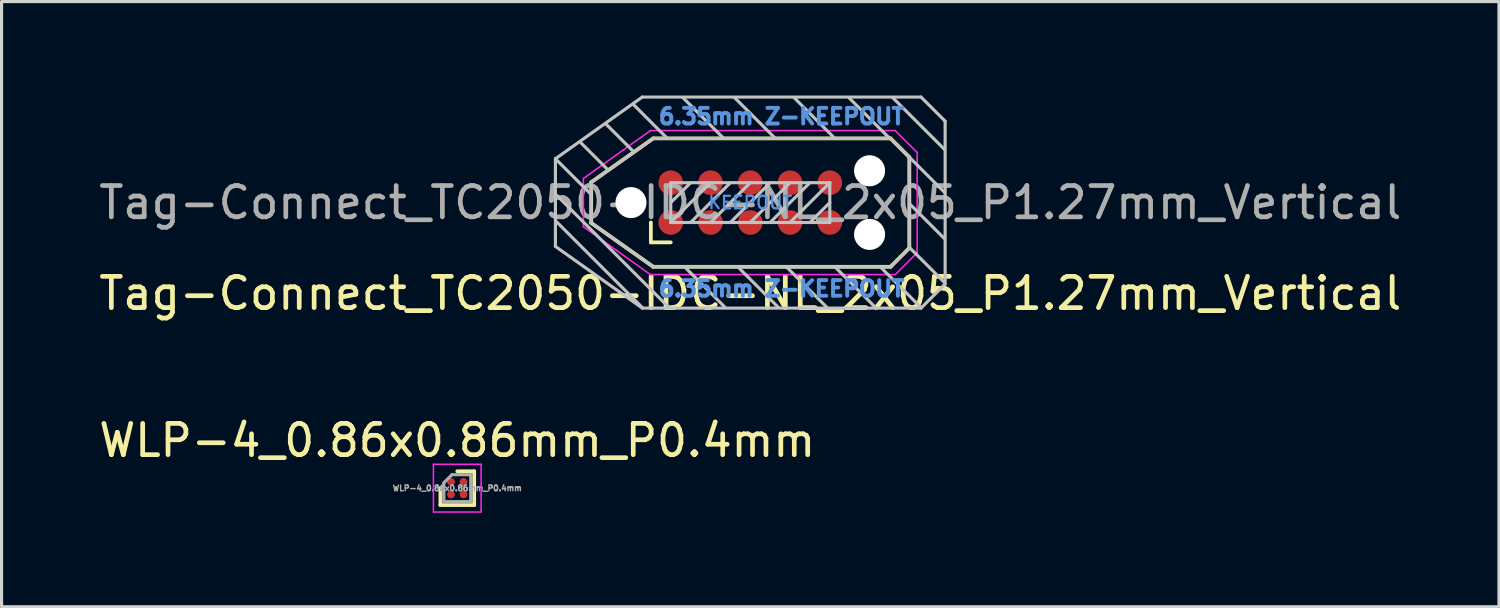
<source format=kicad_pcb>
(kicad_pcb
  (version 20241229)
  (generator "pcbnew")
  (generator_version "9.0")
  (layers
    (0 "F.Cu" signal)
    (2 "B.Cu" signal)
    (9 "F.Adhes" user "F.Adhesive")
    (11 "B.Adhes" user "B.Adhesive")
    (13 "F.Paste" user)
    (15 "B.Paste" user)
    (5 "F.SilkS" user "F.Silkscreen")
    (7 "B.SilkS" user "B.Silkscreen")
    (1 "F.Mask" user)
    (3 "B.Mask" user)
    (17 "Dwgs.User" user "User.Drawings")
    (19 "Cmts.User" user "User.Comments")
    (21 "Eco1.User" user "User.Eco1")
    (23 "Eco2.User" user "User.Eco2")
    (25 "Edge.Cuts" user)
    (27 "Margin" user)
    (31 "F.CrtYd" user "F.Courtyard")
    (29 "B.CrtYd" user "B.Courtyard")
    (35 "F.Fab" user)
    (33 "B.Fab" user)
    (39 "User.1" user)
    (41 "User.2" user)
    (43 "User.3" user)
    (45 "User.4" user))
  (footprint "Tag-Connect_TC2050-IDC-NL_2x05_P1.27mm_Vertical"
    (layer "F.Cu")
    (at 20.911 3.42)
    (property "Reference" "Tag-Connect_TC2050-IDC-NL_2x05_P1.27mm_Vertical" (at 0 2.9 0) (layer "F.SilkS") (effects (font (size 1 1) (thickness 0.15))))
    (attr exclude_from_pos_files exclude_from_bom)
    (fp_line (start -5.08 -0.65) (end -3.1 -2.05) (stroke (width 0.12) (type solid)) (layer "F.SilkS"))
    (fp_line (start -5.08 0.65) (end -5.08 -0.65) (stroke (width 0.12) (type solid)) (layer "F.SilkS"))
    (fp_line (start -3.175 1.27) (end -3.175 0.635) (stroke (width 0.12) (type solid)) (layer "F.SilkS"))
    (fp_line (start -3.1 -2.05) (end 4.48 -2.05) (stroke (width 0.12) (type solid)) (layer "F.SilkS"))
    (fp_line (start -3.1 2.05) (end -5.08 0.65) (stroke (width 0.12) (type solid)) (layer "F.SilkS"))
    (fp_line (start -2.54 1.27) (end -3.175 1.27) (stroke (width 0.12) (type solid)) (layer "F.SilkS"))
    (fp_line (start 4.48 -2.05) (end 5.08 -1.45) (stroke (width 0.12) (type solid)) (layer "F.SilkS"))
    (fp_line (start 4.48 2.05) (end -3.1 2.05) (stroke (width 0.12) (type solid)) (layer "F.SilkS"))
    (fp_line (start 4.48 2.05) (end 5.08 1.45) (stroke (width 0.12) (type solid)) (layer "F.SilkS"))
    (fp_line (start 5.08 -1.45) (end 5.08 1.45) (stroke (width 0.12) (type solid)) (layer "F.SilkS"))
    (fp_line (start -6.223 -1.4) (end -5.1 -0.277) (stroke (width 0.1) (type solid)) (layer "Dwgs.User"))
    (fp_line (start -6.223 -1.4) (end -3.45 -3.37) (stroke (width 0.1) (type solid)) (layer "Dwgs.User"))
    (fp_line (start -6.223 1.4) (end -6.223 -1.4) (stroke (width 0.1) (type solid)) (layer "Dwgs.User"))
    (fp_line (start -6.223 1.4) (end -3.45 3.37) (stroke (width 0.1) (type solid)) (layer "Dwgs.User"))
    (fp_line (start -6.2 -0.25) (end -2.6 3.35) (stroke (width 0.1) (type solid)) (layer "Dwgs.User"))
    (fp_line (start -6.2 0.6) (end -3.45 3.35) (stroke (width 0.1) (type solid)) (layer "Dwgs.User"))
    (fp_line (start -5.4 -1.9) (end -4.55 -1.05) (stroke (width 0.1) (type solid)) (layer "Dwgs.User"))
    (fp_line (start -5.08 -0.65) (end -3.1 -2.05) (stroke (width 0.1) (type solid)) (layer "Dwgs.User"))
    (fp_line (start -5.08 0.65) (end -5.08 -0.65) (stroke (width 0.1) (type solid)) (layer "Dwgs.User"))
    (fp_line (start -4.6 -2.5) (end -3.75 -1.65) (stroke (width 0.1) (type solid)) (layer "Dwgs.User"))
    (fp_line (start -3.75 -3.15) (end -2.65 -2.05) (stroke (width 0.1) (type solid)) (layer "Dwgs.User"))
    (fp_line (start -3.45 -3.37) (end 5.453 -3.37) (stroke (width 0.1) (type solid)) (layer "Dwgs.User"))
    (fp_line (start -3.1 -2.05) (end 4.48 -2.05) (stroke (width 0.1) (type solid)) (layer "Dwgs.User"))
    (fp_line (start -3.1 2.05) (end -5.08 0.65) (stroke (width 0.1) (type solid)) (layer "Dwgs.User"))
    (fp_line (start -2.54 -0.635) (end 2.54 -0.635) (stroke (width 0.1) (type solid)) (layer "Dwgs.User"))
    (fp_line (start -2.54 0) (end -1.905 -0.635) (stroke (width 0.1) (type solid)) (layer "Dwgs.User"))
    (fp_line (start -2.54 0.635) (end -2.54 -0.635) (stroke (width 0.1) (type solid)) (layer "Dwgs.User"))
    (fp_line (start -2.54 0.635) (end -1.27 -0.635) (stroke (width 0.1) (type solid)) (layer "Dwgs.User"))
    (fp_line (start -2.15 -3.35) (end -0.85 -2.05) (stroke (width 0.1) (type solid)) (layer "Dwgs.User"))
    (fp_line (start -2.1 2.05) (end -0.8 3.35) (stroke (width 0.1) (type solid)) (layer "Dwgs.User"))
    (fp_line (start -1.905 0.635) (end -0.635 -0.635) (stroke (width 0.1) (type solid)) (layer "Dwgs.User"))
    (fp_line (start -1.27 0.635) (end 0 -0.635) (stroke (width 0.1) (type solid)) (layer "Dwgs.User"))
    (fp_line (start -0.635 0.635) (end 0.635 -0.635) (stroke (width 0.1) (type solid)) (layer "Dwgs.User"))
    (fp_line (start -0.5 -3.35) (end 0.8 -2.05) (stroke (width 0.1) (type solid)) (layer "Dwgs.User"))
    (fp_line (start -0.35 2.1) (end 0.9 3.35) (stroke (width 0.1) (type solid)) (layer "Dwgs.User"))
    (fp_line (start 0 0.635) (end 1.27 -0.635) (stroke (width 0.1) (type solid)) (layer "Dwgs.User"))
    (fp_line (start 0.635 0.635) (end 1.905 -0.635) (stroke (width 0.1) (type solid)) (layer "Dwgs.User"))
    (fp_line (start 1.15 2.05) (end 2.45 3.35) (stroke (width 0.1) (type solid)) (layer "Dwgs.User"))
    (fp_line (start 1.27 0.635) (end 2.54 -0.635) (stroke (width 0.1) (type solid)) (layer "Dwgs.User"))
    (fp_line (start 1.4 -3.35) (end 2.7 -2.05) (stroke (width 0.1) (type solid)) (layer "Dwgs.User"))
    (fp_line (start 1.905 0.635) (end 2.54 0) (stroke (width 0.1) (type solid)) (layer "Dwgs.User"))
    (fp_line (start 2.54 -0.635) (end 2.54 0.635) (stroke (width 0.1) (type solid)) (layer "Dwgs.User"))
    (fp_line (start 2.54 0.635) (end -2.54 0.635) (stroke (width 0.1) (type solid)) (layer "Dwgs.User"))
    (fp_line (start 2.7 2.05) (end 4 3.35) (stroke (width 0.1) (type solid)) (layer "Dwgs.User"))
    (fp_line (start 3.15 -3.35) (end 4.4 -2.1) (stroke (width 0.1) (type solid)) (layer "Dwgs.User"))
    (fp_line (start 4.2 2.1) (end 5.45 3.35) (stroke (width 0.1) (type solid)) (layer "Dwgs.User"))
    (fp_line (start 4.4 -2.1) (end 4.45 -2.05) (stroke (width 0.1) (type solid)) (layer "Dwgs.User"))
    (fp_line (start 4.48 -2.05) (end 5.08 -1.45) (stroke (width 0.1) (type solid)) (layer "Dwgs.User"))
    (fp_line (start 4.48 2.05) (end -3.1 2.05) (stroke (width 0.1) (type solid)) (layer "Dwgs.User"))
    (fp_line (start 4.48 2.05) (end 5.08 1.45) (stroke (width 0.1) (type solid)) (layer "Dwgs.User"))
    (fp_line (start 4.55 -3.35) (end 6.2 -1.7) (stroke (width 0.1) (type solid)) (layer "Dwgs.User"))
    (fp_line (start 5.08 -1.45) (end 5.08 1.45) (stroke (width 0.1) (type solid)) (layer "Dwgs.User"))
    (fp_line (start 5.08 -1.45) (end 6.2 -0.33) (stroke (width 0.1) (type solid)) (layer "Dwgs.User"))
    (fp_line (start 5.1 0.05) (end 6.2 1.15) (stroke (width 0.1) (type solid)) (layer "Dwgs.User"))
    (fp_line (start 5.1 1.45) (end 6.2 2.55) (stroke (width 0.1) (type solid)) (layer "Dwgs.User"))
    (fp_line (start 5.453 -3.37) (end 6.223 -2.6) (stroke (width 0.1) (type solid)) (layer "Dwgs.User"))
    (fp_line (start 5.453 3.37) (end -3.45 3.37) (stroke (width 0.1) (type solid)) (layer "Dwgs.User"))
    (fp_line (start 5.453 3.37) (end 6.223 2.6) (stroke (width 0.1) (type solid)) (layer "Dwgs.User"))
    (fp_line (start 6.223 -2.6) (end 6.223 2.6) (stroke (width 0.1) (type solid)) (layer "Dwgs.User"))
    (fp_line (start -5.33 -0.77) (end -3.19 -2.3) (stroke (width 0.05) (type solid)) (layer "F.CrtYd"))
    (fp_line (start -5.33 0.77) (end -5.33 -0.77) (stroke (width 0.05) (type solid)) (layer "F.CrtYd"))
    (fp_line (start -3.19 -2.3) (end 4.63 -2.3) (stroke (width 0.05) (type solid)) (layer "F.CrtYd"))
    (fp_line (start -3.19 2.3) (end -5.33 0.77) (stroke (width 0.05) (type solid)) (layer "F.CrtYd"))
    (fp_line (start 4.63 -2.3) (end 5.33 -1.6) (stroke (width 0.05) (type solid)) (layer "F.CrtYd"))
    (fp_line (start 4.63 2.3) (end -3.19 2.3) (stroke (width 0.05) (type solid)) (layer "F.CrtYd"))
    (fp_line (start 4.63 2.3) (end 5.33 1.6) (stroke (width 0.05) (type solid)) (layer "F.CrtYd"))
    (fp_line (start 5.33 -1.6) (end 5.33 1.6) (stroke (width 0.05) (type solid)) (layer "F.CrtYd"))
    (fp_text user "6.35mm Z-KEEPOUT" (at 1 2.75 0) (layer "Cmts.User") (effects (font (size 0.5 0.5) (thickness 0.125))))
    (fp_text user "6.35mm Z-KEEPOUT" (at 1 -2.75 0) (layer "Cmts.User") (effects (font (size 0.5 0.5) (thickness 0.125))))
    (fp_text user "KEEPOUT" (at 0 0 0) (layer "Cmts.User") (effects (font (size 0.4 0.4) (thickness 0.07))))
    (fp_text user "${REFERENCE}" (at 0 0 0) (layer "F.Fab") (effects (font (size 1 1) (thickness 0.15))))
    (pad "" np_thru_hole circle (at -3.81 0) (size 0.991 0.991) (drill 0.991) (layers "*.Cu" "*.Mask"))
    (pad "" np_thru_hole circle (at 3.81 -1.016) (size 0.991 0.991) (drill 0.991) (layers "*.Cu" "*.Mask"))
    (pad "" np_thru_hole circle (at 3.81 1.016) (size 0.991 0.991) (drill 0.991) (layers "*.Cu" "*.Mask"))
    (pad "1" connect circle (at -2.54 0.635) (size 0.787 0.787) (layers "F.Cu" "F.Mask"))
    (pad "2" connect circle (at -1.27 0.635) (size 0.787 0.787) (layers "F.Cu" "F.Mask"))
    (pad "3" connect circle (at 0 0.635) (size 0.787 0.787) (layers "F.Cu" "F.Mask"))
    (pad "4" connect circle (at 1.27 0.635) (size 0.787 0.787) (layers "F.Cu" "F.Mask"))
    (pad "5" connect circle (at 2.54 0.635) (size 0.787 0.787) (layers "F.Cu" "F.Mask"))
    (pad "6" connect circle (at 2.54 -0.635) (size 0.787 0.787) (layers "F.Cu" "F.Mask"))
    (pad "7" connect circle (at 1.27 -0.635) (size 0.787 0.787) (layers "F.Cu" "F.Mask"))
    (pad "8" connect circle (at 0 -0.635) (size 0.787 0.787) (layers "F.Cu" "F.Mask"))
    (pad "9" connect circle (at -1.27 -0.635) (size 0.787 0.787) (layers "F.Cu" "F.Mask"))
    (pad "10" connect circle (at -2.54 -0.635) (size 0.787 0.787) (layers "F.Cu" "F.Mask")))
  (footprint "WLP-4_0.86x0.86mm_P0.4mm"
    (layer "F.Cu")
    (at 11.554 12.54)
    (property "Reference" "WLP-4_0.86x0.86mm_P0.4mm" (at 0 -1.524 0) (layer "F.SilkS") (effects (font (size 1 1) (thickness 0.15))))
    (attr smd)
    (fp_line (start -0.54 0) (end -0.54 0.54) (stroke (width 0.12) (type solid)) (layer "F.SilkS"))
    (fp_line (start -0.54 0.54) (end 0.54 0.54) (stroke (width 0.12) (type solid)) (layer "F.SilkS"))
    (fp_line (start 0.54 -0.54) (end 0 -0.54) (stroke (width 0.12) (type solid)) (layer "F.SilkS"))
    (fp_line (start 0.54 0.54) (end 0.54 -0.54) (stroke (width 0.12) (type solid)) (layer "F.SilkS"))
    (fp_line (start -0.762 -0.762) (end 0.762 -0.762) (stroke (width 0.05) (type solid)) (layer "F.CrtYd"))
    (fp_line (start -0.762 0.762) (end -0.762 -0.762) (stroke (width 0.05) (type solid)) (layer "F.CrtYd"))
    (fp_line (start 0.762 0.762) (end -0.762 0.762) (stroke (width 0.05) (type solid)) (layer "F.CrtYd"))
    (fp_line (start 0.762 0.762) (end 0.762 -0.762) (stroke (width 0.05) (type solid)) (layer "F.CrtYd"))
    (fp_line (start -0.43 -0.16) (end -0.43 0.43) (stroke (width 0.1) (type solid)) (layer "F.Fab"))
    (fp_line (start -0.17 -0.43) (end -0.43 -0.17) (stroke (width 0.1) (type solid)) (layer "F.Fab"))
    (fp_line (start 0.43 -0.43) (end -0.17 -0.43) (stroke (width 0.1) (type solid)) (layer "F.Fab"))
    (fp_line (start 0.43 -0.43) (end 0.43 0.43) (stroke (width 0.1) (type solid)) (layer "F.Fab"))
    (fp_line (start 0.43 0.43) (end -0.43 0.43) (stroke (width 0.1) (type solid)) (layer "F.Fab"))
    (fp_text user "${REFERENCE}" (at 0 0 0) (layer "F.Fab") (effects (font (size 0.18 0.18) (thickness 0.045))))
    (pad "A1" smd circle (at -0.2 -0.2) (size 0.25 0.25) (layers "F.Cu" "F.Mask" "F.Paste"))
    (pad "A2" smd circle (at 0.2 -0.2) (size 0.25 0.25) (layers "F.Cu" "F.Mask" "F.Paste"))
    (pad "B1" smd circle (at -0.2 0.2) (size 0.25 0.25) (layers "F.Cu" "F.Mask" "F.Paste"))
    (pad "B2" smd circle (at 0.2 0.2) (size 0.25 0.25) (layers "F.Cu" "F.Mask" "F.Paste")))
  (gr_rect
    (start -3 -3)
    (end 44.821 16.328)
    (stroke (width 0.1) (type default))
    (fill no)
    (layer "Edge.Cuts")))
</source>
